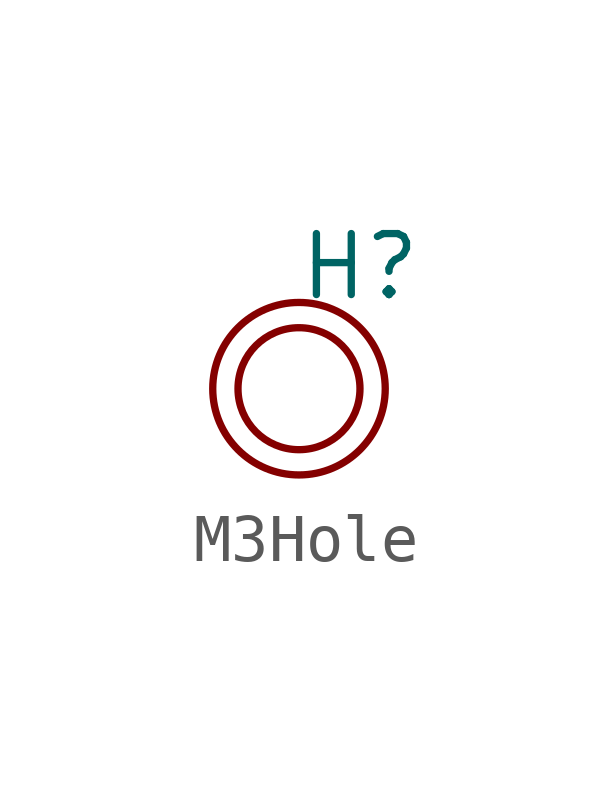
<source format=kicad_sym>
(kicad_symbol_lib
  (version 20211014)
  (generator kicad_symbol_editor)
  (symbol "M3Hole"
    (property "Reference" "H"
      (at 0 2.54 0)
      (effects (font (size 1.27 1.27))))
    (symbol "M3Hole_0_1"
      (circle (center -1.27 0) (radius 1.27) (stroke (width 0) (type default) (color 0 0 0 0)) (fill (type none)))
      (circle (center -1.27 0) (radius 1.796) (stroke (width 0) (type default) (color 0 0 0 0)) (fill (type none))))))
</source>
